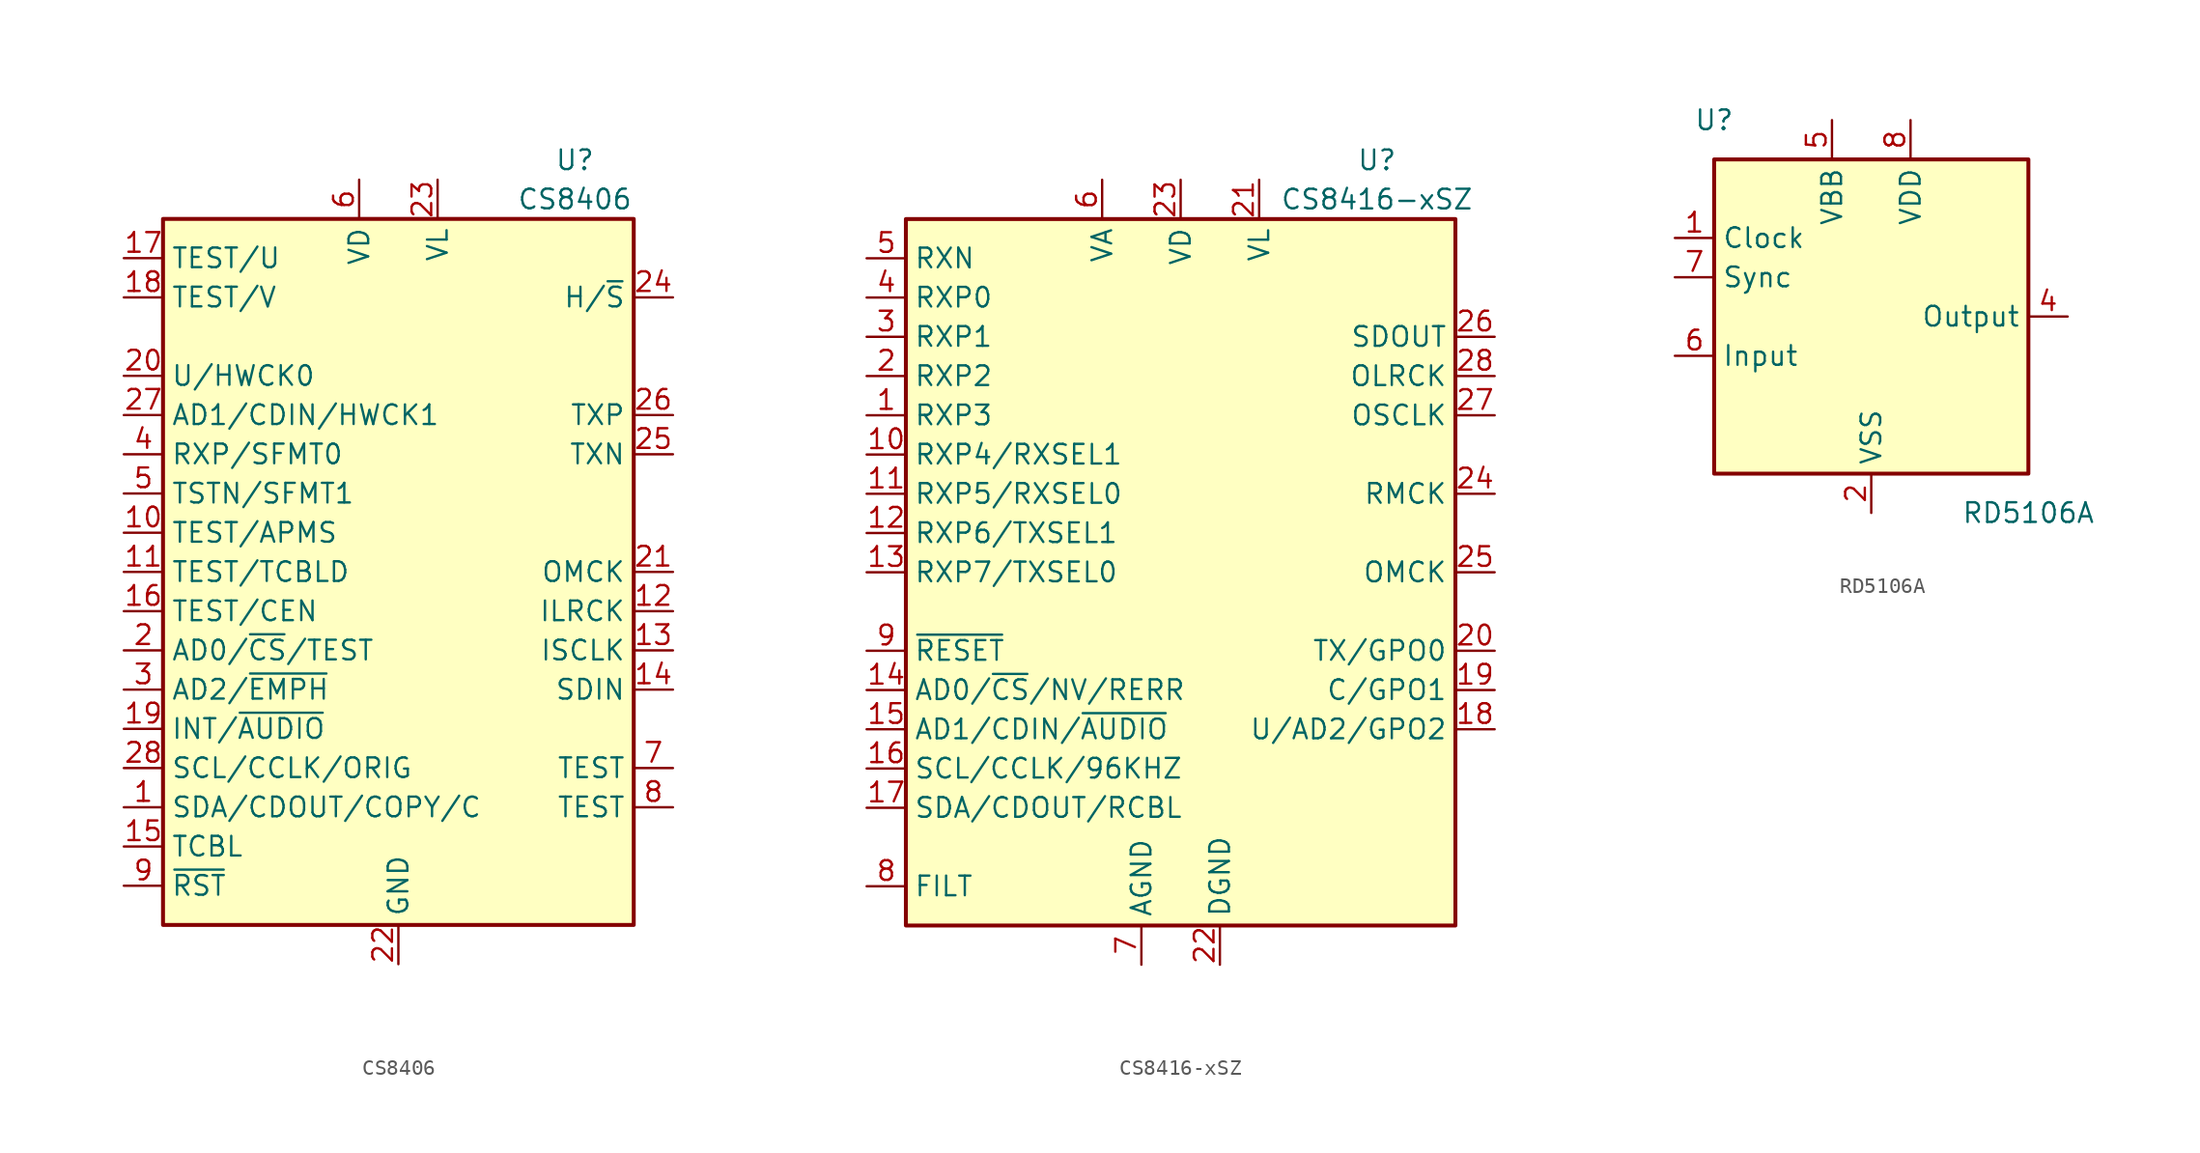
<source format=kicad_sym>
(kicad_symbol_lib
  (version 20200908)
  (generator kicad_symbol_editor)
  (symbol "Audio:CS8406"
    (property "Reference" "U"
      (at 11.43 26.67 0)
      (effects (font (size 1.27 1.27))))
    (property "Value" "CS8406"
      (at 11.43 24.13 0)
      (effects (font (size 1.27 1.27))))
    (symbol "CS8406_0_0"
      (rectangle (start -15.24 22.86) (end 15.24 -22.86) (stroke (width 0.254)) (fill (type background))))
    (symbol "CS8406_1_0"
      (pin bidirectional line (at 17.78 -2.54 180) (length 2.54) (name "ILRCK" (effects (font (size 1.27 1.27)))) (number "12" (effects (font (size 1.27 1.27)))))
      (pin bidirectional line (at 17.78 -5.08 180) (length 2.54) (name "ISCLK" (effects (font (size 1.27 1.27)))) (number "13" (effects (font (size 1.27 1.27)))))
      (pin input line (at 17.78 -7.62 180) (length 2.54) (name "SDIN" (effects (font (size 1.27 1.27)))) (number "14" (effects (font (size 1.27 1.27)))))
      (pin input line (at 17.78 0 180) (length 2.54) (name "OMCK" (effects (font (size 1.27 1.27)))) (number "21" (effects (font (size 1.27 1.27)))))
      (pin power_in line (at 0 -25.4 90) (length 2.54) (name "GND" (effects (font (size 1.27 1.27)))) (number "22" (effects (font (size 1.27 1.27)))))
      (pin power_in line (at 2.54 25.4 270) (length 2.54) (name "VL" (effects (font (size 1.27 1.27)))) (number "23" (effects (font (size 1.27 1.27)))))
      (pin input line (at 17.78 17.78 180) (length 2.54) (name "H/~S" (effects (font (size 1.27 1.27)))) (number "24" (effects (font (size 1.27 1.27)))))
      (pin output line (at 17.78 7.62 180) (length 2.54) (name "TXN" (effects (font (size 1.27 1.27)))) (number "25" (effects (font (size 1.27 1.27)))))
      (pin output line (at 17.78 10.16 180) (length 2.54) (name "TXP" (effects (font (size 1.27 1.27)))) (number "26" (effects (font (size 1.27 1.27)))))
      (pin power_in line (at -2.54 25.4 270) (length 2.54) (name "VD" (effects (font (size 1.27 1.27)))) (number "6" (effects (font (size 1.27 1.27)))))
      (pin input line (at -17.78 -20.32 0) (length 2.54) (name "~RST" (effects (font (size 1.27 1.27)))) (number "9" (effects (font (size 1.27 1.27))))))
    (symbol "CS8406_1_1"
      (pin bidirectional line (at -17.78 -15.24 0) (length 2.54) (name "SDA/CDOUT/COPY/C" (effects (font (size 1.27 1.27)))) (number "1" (effects (font (size 1.27 1.27)))))
      (pin input line (at -17.78 2.54 0) (length 2.54) (name "TEST/APMS" (effects (font (size 1.27 1.27)))) (number "10" (effects (font (size 1.27 1.27)))))
      (pin input line (at -17.78 0 0) (length 2.54) (name "TEST/TCBLD" (effects (font (size 1.27 1.27)))) (number "11" (effects (font (size 1.27 1.27)))))
      (pin bidirectional line (at -17.78 -17.78 0) (length 2.54) (name "TCBL" (effects (font (size 1.27 1.27)))) (number "15" (effects (font (size 1.27 1.27)))))
      (pin input line (at -17.78 -2.54 0) (length 2.54) (name "TEST/CEN" (effects (font (size 1.27 1.27)))) (number "16" (effects (font (size 1.27 1.27)))))
      (pin input line (at -17.78 20.32 0) (length 2.54) (name "TEST/U" (effects (font (size 1.27 1.27)))) (number "17" (effects (font (size 1.27 1.27)))))
      (pin input line (at -17.78 17.78 0) (length 2.54) (name "TEST/V" (effects (font (size 1.27 1.27)))) (number "18" (effects (font (size 1.27 1.27)))))
      (pin bidirectional line (at -17.78 -10.16 0) (length 2.54) (name "INT/~AUDIO" (effects (font (size 1.27 1.27)))) (number "19" (effects (font (size 1.27 1.27)))))
      (pin input line (at -17.78 -5.08 0) (length 2.54) (name "AD0/~CS~/TEST" (effects (font (size 1.27 1.27)))) (number "2" (effects (font (size 1.27 1.27)))))
      (pin input line (at -17.78 12.7 0) (length 2.54) (name "U/HWCK0" (effects (font (size 1.27 1.27)))) (number "20" (effects (font (size 1.27 1.27)))))
      (pin input line (at -17.78 10.16 0) (length 2.54) (name "AD1/CDIN/HWCK1" (effects (font (size 1.27 1.27)))) (number "27" (effects (font (size 1.27 1.27)))))
      (pin input line (at -17.78 -12.7 0) (length 2.54) (name "SCL/CCLK/ORIG" (effects (font (size 1.27 1.27)))) (number "28" (effects (font (size 1.27 1.27)))))
      (pin input line (at -17.78 -7.62 0) (length 2.54) (name "AD2/~EMPH" (effects (font (size 1.27 1.27)))) (number "3" (effects (font (size 1.27 1.27)))))
      (pin input line (at -17.78 7.62 0) (length 2.54) (name "RXP/SFMT0" (effects (font (size 1.27 1.27)))) (number "4" (effects (font (size 1.27 1.27)))))
      (pin input line (at -17.78 5.08 0) (length 2.54) (name "TSTN/SFMT1" (effects (font (size 1.27 1.27)))) (number "5" (effects (font (size 1.27 1.27)))))
      (pin input line (at 17.78 -12.7 180) (length 2.54) (name "TEST" (effects (font (size 1.27 1.27)))) (number "7" (effects (font (size 1.27 1.27)))))
      (pin input line (at 17.78 -15.24 180) (length 2.54) (name "TEST" (effects (font (size 1.27 1.27)))) (number "8" (effects (font (size 1.27 1.27)))))))
  (symbol "Audio:CS8416-xSZ"
    (property "Reference" "U"
      (at 12.7 26.67 0)
      (effects (font (size 1.27 1.27))))
    (property "Value" "CS8416-xSZ"
      (at 12.7 24.13 0)
      (effects (font (size 1.27 1.27))))
    (symbol "CS8416-xSZ_0_1"
      (rectangle (start -17.78 22.86) (end 17.78 -22.86) (stroke (width 0.254)) (fill (type background))))
    (symbol "CS8416-xSZ_1_1"
      (pin input line (at -20.32 10.16 0) (length 2.54) (name "RXP3" (effects (font (size 1.27 1.27)))) (number "1" (effects (font (size 1.27 1.27)))))
      (pin input line (at -20.32 7.62 0) (length 2.54) (name "RXP4/RXSEL1" (effects (font (size 1.27 1.27)))) (number "10" (effects (font (size 1.27 1.27)))))
      (pin input line (at -20.32 5.08 0) (length 2.54) (name "RXP5/RXSEL0" (effects (font (size 1.27 1.27)))) (number "11" (effects (font (size 1.27 1.27)))))
      (pin input line (at -20.32 2.54 0) (length 2.54) (name "RXP6/TXSEL1" (effects (font (size 1.27 1.27)))) (number "12" (effects (font (size 1.27 1.27)))))
      (pin input line (at -20.32 0 0) (length 2.54) (name "RXP7/TXSEL0" (effects (font (size 1.27 1.27)))) (number "13" (effects (font (size 1.27 1.27)))))
      (pin input line (at -20.32 -7.62 0) (length 2.54) (name "AD0/~CS~/NV/RERR" (effects (font (size 1.27 1.27)))) (number "14" (effects (font (size 1.27 1.27)))))
      (pin input line (at -20.32 -10.16 0) (length 2.54) (name "AD1/CDIN/~AUDIO" (effects (font (size 1.27 1.27)))) (number "15" (effects (font (size 1.27 1.27)))))
      (pin input line (at -20.32 -12.7 0) (length 2.54) (name "SCL/CCLK/96KHZ" (effects (font (size 1.27 1.27)))) (number "16" (effects (font (size 1.27 1.27)))))
      (pin bidirectional line (at -20.32 -15.24 0) (length 2.54) (name "SDA/CDOUT/RCBL" (effects (font (size 1.27 1.27)))) (number "17" (effects (font (size 1.27 1.27)))))
      (pin output line (at 20.32 -10.16 180) (length 2.54) (name "U/AD2/GPO2" (effects (font (size 1.27 1.27)))) (number "18" (effects (font (size 1.27 1.27)))))
      (pin output line (at 20.32 -7.62 180) (length 2.54) (name "C/GPO1" (effects (font (size 1.27 1.27)))) (number "19" (effects (font (size 1.27 1.27)))))
      (pin input line (at -20.32 12.7 0) (length 2.54) (name "RXP2" (effects (font (size 1.27 1.27)))) (number "2" (effects (font (size 1.27 1.27)))))
      (pin output line (at 20.32 -5.08 180) (length 2.54) (name "TX/GPO0" (effects (font (size 1.27 1.27)))) (number "20" (effects (font (size 1.27 1.27)))))
      (pin power_in line (at 5.08 25.4 270) (length 2.54) (name "VL" (effects (font (size 1.27 1.27)))) (number "21" (effects (font (size 1.27 1.27)))))
      (pin power_in line (at 2.54 -25.4 90) (length 2.54) (name "DGND" (effects (font (size 1.27 1.27)))) (number "22" (effects (font (size 1.27 1.27)))))
      (pin power_in line (at 0 25.4 270) (length 2.54) (name "VD" (effects (font (size 1.27 1.27)))) (number "23" (effects (font (size 1.27 1.27)))))
      (pin output line (at 20.32 5.08 180) (length 2.54) (name "RMCK" (effects (font (size 1.27 1.27)))) (number "24" (effects (font (size 1.27 1.27)))))
      (pin input line (at 20.32 0 180) (length 2.54) (name "OMCK" (effects (font (size 1.27 1.27)))) (number "25" (effects (font (size 1.27 1.27)))))
      (pin output line (at 20.32 15.24 180) (length 2.54) (name "SDOUT" (effects (font (size 1.27 1.27)))) (number "26" (effects (font (size 1.27 1.27)))))
      (pin bidirectional line (at 20.32 10.16 180) (length 2.54) (name "OSCLK" (effects (font (size 1.27 1.27)))) (number "27" (effects (font (size 1.27 1.27)))))
      (pin bidirectional line (at 20.32 12.7 180) (length 2.54) (name "OLRCK" (effects (font (size 1.27 1.27)))) (number "28" (effects (font (size 1.27 1.27)))))
      (pin input line (at -20.32 15.24 0) (length 2.54) (name "RXP1" (effects (font (size 1.27 1.27)))) (number "3" (effects (font (size 1.27 1.27)))))
      (pin input line (at -20.32 17.78 0) (length 2.54) (name "RXP0" (effects (font (size 1.27 1.27)))) (number "4" (effects (font (size 1.27 1.27)))))
      (pin input line (at -20.32 20.32 0) (length 2.54) (name "RXN" (effects (font (size 1.27 1.27)))) (number "5" (effects (font (size 1.27 1.27)))))
      (pin power_in line (at -5.08 25.4 270) (length 2.54) (name "VA" (effects (font (size 1.27 1.27)))) (number "6" (effects (font (size 1.27 1.27)))))
      (pin power_in line (at -2.54 -25.4 90) (length 2.54) (name "AGND" (effects (font (size 1.27 1.27)))) (number "7" (effects (font (size 1.27 1.27)))))
      (pin passive line (at -20.32 -20.32 0) (length 2.54) (name "FILT" (effects (font (size 1.27 1.27)))) (number "8" (effects (font (size 1.27 1.27)))))
      (pin input line (at -20.32 -5.08 0) (length 2.54) (name "~RESET" (effects (font (size 1.27 1.27)))) (number "9" (effects (font (size 1.27 1.27)))))))
  (symbol "Audio:RD5106A"
    (property "Reference" "U"
      (at -10.16 12.7 0)
      (effects (font (size 1.27 1.27))))
    (property "Value" "RD5106A"
      (at 10.16 -12.7 0)
      (effects (font (size 1.27 1.27))))
    (symbol "RD5106A_0_1"
      (rectangle (start -10.16 10.16) (end 10.16 -10.16) (stroke (width 0.254)) (fill (type background))))
    (symbol "RD5106A_1_1"
      (pin input line (at -12.7 5.08 0) (length 2.54) (name "Clock" (effects (font (size 1.27 1.27)))) (number "1" (effects (font (size 1.27 1.27)))))
      (pin power_in line (at 0 -12.7 90) (length 2.54) (name "VSS" (effects (font (size 1.27 1.27)))) (number "2" (effects (font (size 1.27 1.27)))))
      (pin unconnected line (at -12.7 -7.62 0) (length 2.54) hide (name "NC" (effects (font (size 1.27 1.27)))) (number "3" (effects (font (size 1.27 1.27)))))
      (pin output line (at 12.7 0 180) (length 2.54) (name "Output" (effects (font (size 1.27 1.27)))) (number "4" (effects (font (size 1.27 1.27)))))
      (pin power_in line (at -2.54 12.7 270) (length 2.54) (name "VBB" (effects (font (size 1.27 1.27)))) (number "5" (effects (font (size 1.27 1.27)))))
      (pin input line (at -12.7 -2.54 0) (length 2.54) (name "Input" (effects (font (size 1.27 1.27)))) (number "6" (effects (font (size 1.27 1.27)))))
      (pin input line (at -12.7 2.54 0) (length 2.54) (name "Sync" (effects (font (size 1.27 1.27)))) (number "7" (effects (font (size 1.27 1.27)))))
      (pin power_in line (at 2.54 12.7 270) (length 2.54) (name "VDD" (effects (font (size 1.27 1.27)))) (number "8" (effects (font (size 1.27 1.27))))))))
</source>
